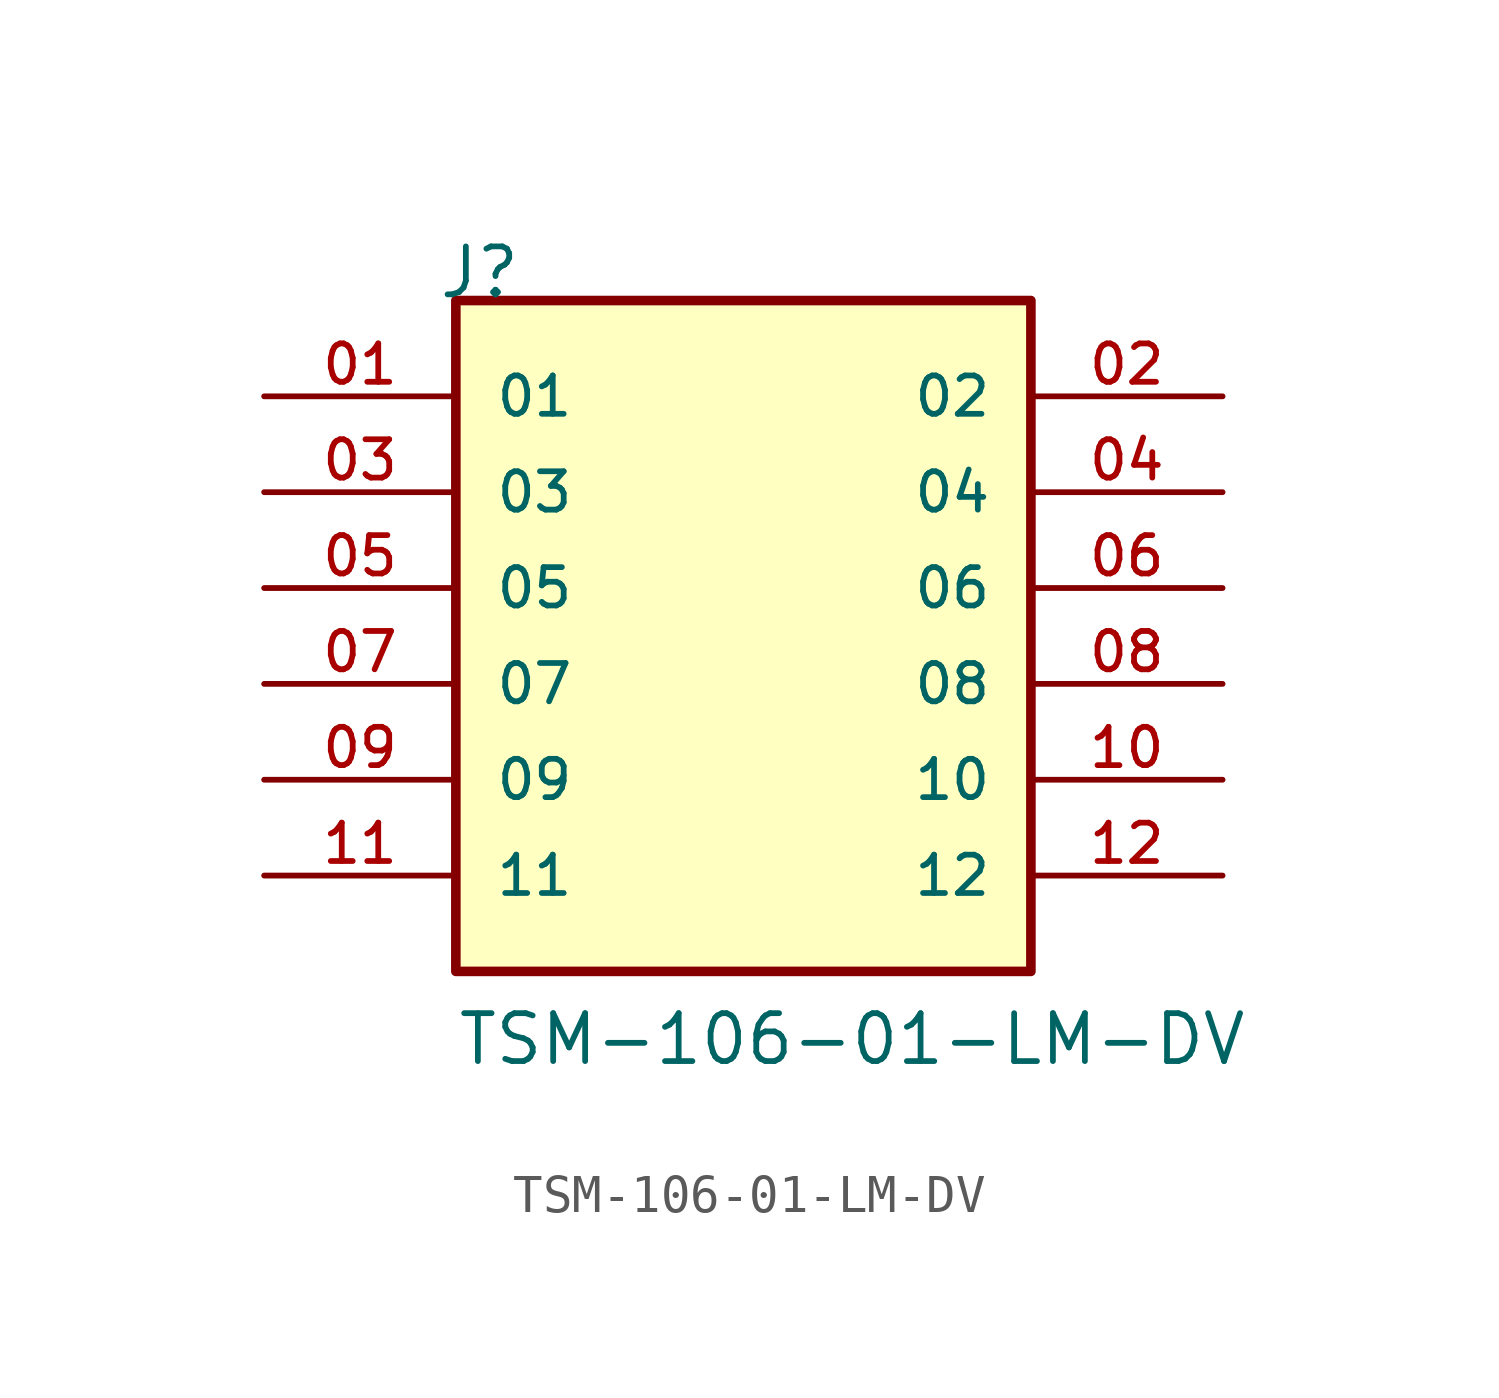
<source format=kicad_sym>
(kicad_symbol_lib
  (version 20211014)
  (generator kicad_symbol_editor)
  (symbol "TSM-106-01-LM-DV"
    (pin_names
      (offset 1.016))
    (property "Reference" "J"
      (at -8.12 10.16 0)
      (effects (font (size 1.27 1.27)) (justify bottom left)))
    (property "Value" "TSM-106-01-LM-DV"
      (at -7.62 -10.16 0)
      (effects (font (size 1.27 1.27)) (justify bottom left)))
    (symbol "TSM-106-01-LM-DV_0_0"
      (rectangle (start -7.62 -7.62) (end 7.62 10.16) (stroke (width 0.254)) (fill (type background)))
      (pin passive line (at -12.7 7.62 0) (length 5.08) (name "01" (effects (font (size 1.016 1.016)))) (number "01" (effects (font (size 1.016 1.016)))))
      (pin passive line (at 12.7 7.62 180.0) (length 5.08) (name "02" (effects (font (size 1.016 1.016)))) (number "02" (effects (font (size 1.016 1.016)))))
      (pin passive line (at -12.7 5.08 0) (length 5.08) (name "03" (effects (font (size 1.016 1.016)))) (number "03" (effects (font (size 1.016 1.016)))))
      (pin passive line (at 12.7 5.08 180.0) (length 5.08) (name "04" (effects (font (size 1.016 1.016)))) (number "04" (effects (font (size 1.016 1.016)))))
      (pin passive line (at -12.7 2.54 0) (length 5.08) (name "05" (effects (font (size 1.016 1.016)))) (number "05" (effects (font (size 1.016 1.016)))))
      (pin passive line (at 12.7 2.54 180.0) (length 5.08) (name "06" (effects (font (size 1.016 1.016)))) (number "06" (effects (font (size 1.016 1.016)))))
      (pin passive line (at -12.7 0.0 0) (length 5.08) (name "07" (effects (font (size 1.016 1.016)))) (number "07" (effects (font (size 1.016 1.016)))))
      (pin passive line (at 12.7 0.0 180.0) (length 5.08) (name "08" (effects (font (size 1.016 1.016)))) (number "08" (effects (font (size 1.016 1.016)))))
      (pin passive line (at -12.7 -2.54 0) (length 5.08) (name "09" (effects (font (size 1.016 1.016)))) (number "09" (effects (font (size 1.016 1.016)))))
      (pin passive line (at 12.7 -2.54 180.0) (length 5.08) (name "10" (effects (font (size 1.016 1.016)))) (number "10" (effects (font (size 1.016 1.016)))))
      (pin passive line (at -12.7 -5.08 0) (length 5.08) (name "11" (effects (font (size 1.016 1.016)))) (number "11" (effects (font (size 1.016 1.016)))))
      (pin passive line (at 12.7 -5.08 180.0) (length 5.08) (name "12" (effects (font (size 1.016 1.016)))) (number "12" (effects (font (size 1.016 1.016))))))))
</source>
